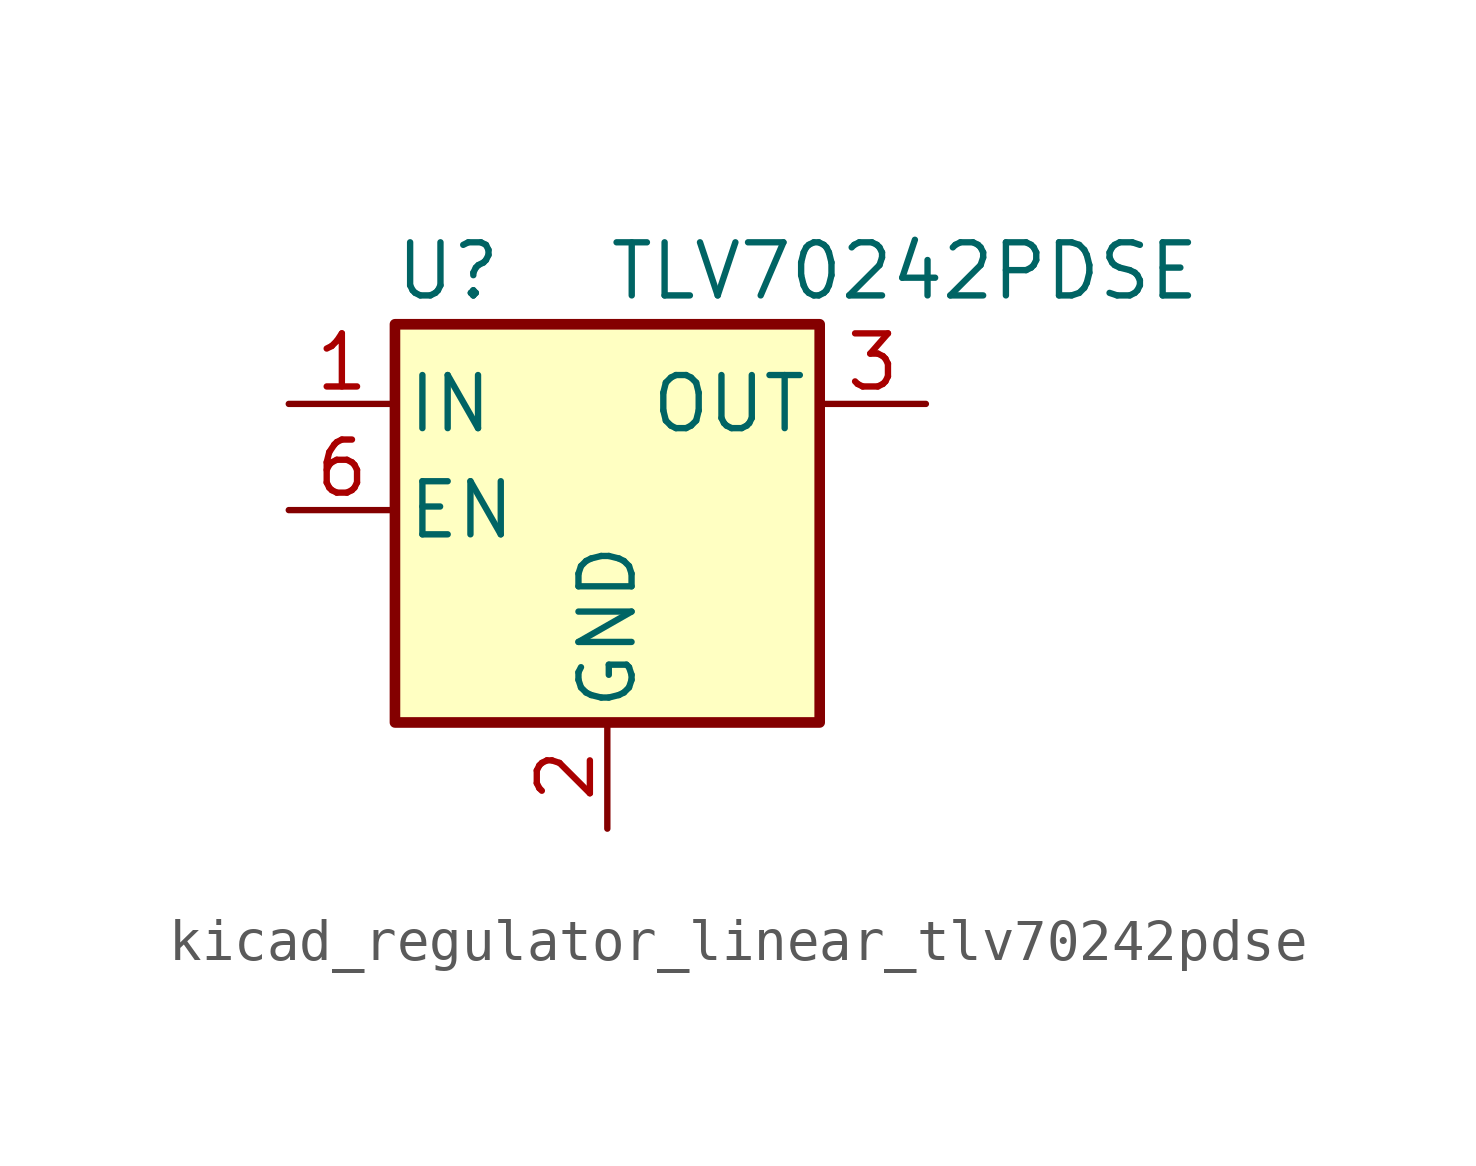
<source format=kicad_sym>
(kicad_symbol_lib
  (version 20220914)
  (generator kicad_symbol_editor)
  (symbol "kicad_regulator_linear_tlv70242pdse"
    (pin_names
      (offset 0.254))
    (property "Reference" "U"
      (at -3.81 5.715 0)
      (effects (font (size 1.27 1.27))))
    (property "Value" "TLV70242PDSE"
      (at 0 5.715 0)
      (effects (font (size 1.27 1.27)) (justify left)))
    (symbol "kicad_regulator_linear_tlv70242pdse_0_1"
      (rectangle (start -5.08 4.445) (end 5.08 -5.08) (stroke (width 0.254) (type default)) (fill (type background))))
    (symbol "kicad_regulator_linear_tlv70242pdse_1_1"
      (pin power_in line (at -7.62 2.54 0) (length 2.54) (name "IN" (effects (font (size 1.27 1.27)))) (number "1" (effects (font (size 1.27 1.27)))))
      (pin power_in line (at 0 -7.62 90) (length 2.54) (name "GND" (effects (font (size 1.27 1.27)))) (number "2" (effects (font (size 1.27 1.27)))))
      (pin power_out line (at 7.62 2.54 180) (length 2.54) (name "OUT" (effects (font (size 1.27 1.27)))) (number "3" (effects (font (size 1.27 1.27)))))
      (pin no_connect line (at 7.62 0 180) (length 2.54) hide (name "NC" (effects (font (size 1.27 1.27)))) (number "4" (effects (font (size 1.27 1.27)))))
      (pin no_connect line (at -2.54 -5.08 90) (length 2.54) hide (name "NC" (effects (font (size 1.27 1.27)))) (number "5" (effects (font (size 1.27 1.27)))))
      (pin input line (at -7.62 0 0) (length 2.54) (name "EN" (effects (font (size 1.27 1.27)))) (number "6" (effects (font (size 1.27 1.27))))))))
</source>
